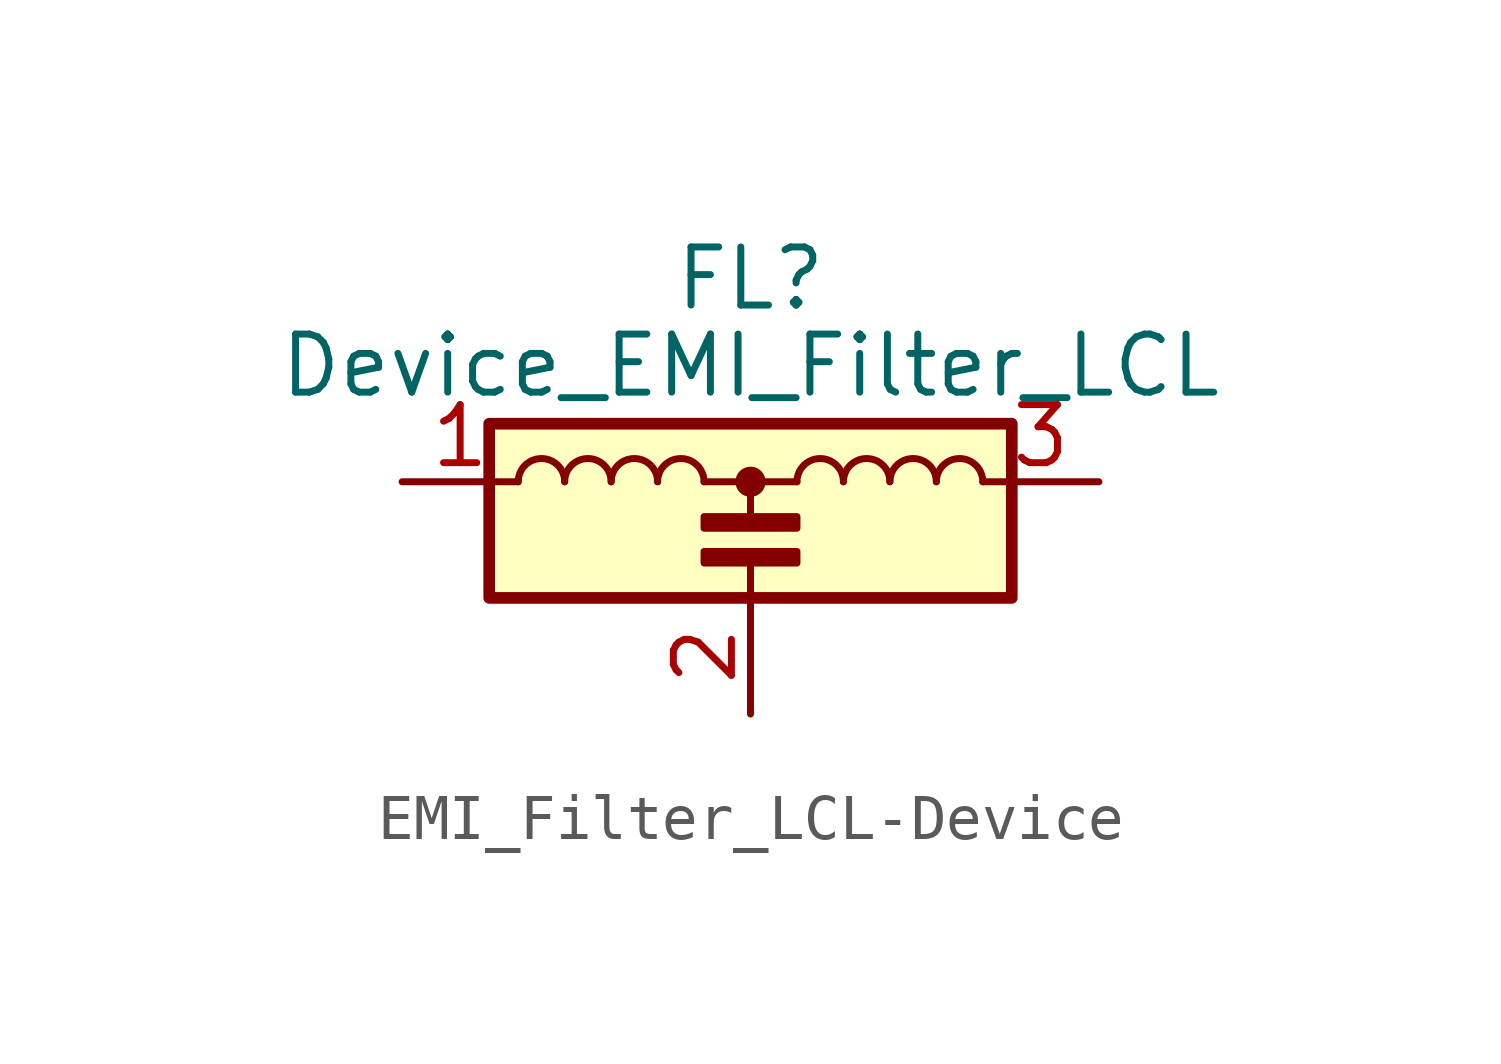
<source format=kicad_sym>
(kicad_symbol_lib
  (version 20220914)
  (generator kicad_symbol_editor)
  (symbol "EMI_Filter_LCL-Device"
    (pin_names
      (offset 0.254) hide)
    (property "Reference" "FL"
      (at 0 6.985 0)
      (effects (font (size 1.27 1.27))))
    (property "Value" "Device_EMI_Filter_LCL"
      (at 0 5.08 0)
      (effects (font (size 1.27 1.27))))
    (symbol "EMI_Filter_LCL-Device_0_1"
      (rectangle (start -5.715 3.81) (end 5.715 0) (stroke (width 0.254) (type solid)) (fill (type background)))
      (arc (start -4.064 2.54) (mid -4.572 3.048) (end -5.08 2.54) (stroke (width 0) (type solid)) (fill (type none)))
      (arc (start -3.048 2.54) (mid -3.556 3.048) (end -4.064 2.54) (stroke (width 0) (type solid)) (fill (type none)))
      (arc (start -2.032 2.54) (mid -2.54 3.048) (end -3.048 2.54) (stroke (width 0) (type solid)) (fill (type none)))
      (rectangle (start -1.016 0.762) (end 1.016 1.016) (stroke (width 0) (type solid)) (fill (type outline)))
      (arc (start -1.016 2.54) (mid -1.524 3.048) (end -2.032 2.54) (stroke (width 0) (type solid)) (fill (type none)))
      (polyline (pts (xy -1.016 2.54) (xy 1.016 2.54)) (stroke (width 0) (type solid)) (fill (type none)))
      (polyline (pts (xy 0 0.762) (xy 0 0)) (stroke (width 0) (type solid)) (fill (type none)))
      (polyline (pts (xy 0 2.54) (xy 0 1.778)) (stroke (width 0) (type solid)) (fill (type none)))
      (circle (center 0 2.54) (radius 0.254) (stroke (width 0) (type solid)) (fill (type outline)))
      (rectangle (start 1.016 1.524) (end -1.016 1.778) (stroke (width 0) (type solid)) (fill (type outline)))
      (arc (start 2.032 2.54) (mid 1.524 3.048) (end 1.016 2.54) (stroke (width 0) (type solid)) (fill (type none)))
      (arc (start 3.048 2.54) (mid 2.54 3.048) (end 2.032 2.54) (stroke (width 0) (type solid)) (fill (type none)))
      (arc (start 4.064 2.54) (mid 3.556 3.048) (end 3.048 2.54) (stroke (width 0) (type solid)) (fill (type none)))
      (arc (start 5.08 2.54) (mid 4.572 3.048) (end 4.064 2.54) (stroke (width 0) (type solid)) (fill (type none))))
    (symbol "EMI_Filter_LCL-Device_1_1"
      (pin passive line (at -7.62 2.54 0) (length 2.54) (name "1" (effects (font (size 1.27 1.27)))) (number "1" (effects (font (size 1.27 1.27)))))
      (pin passive line (at 0 -2.54 90) (length 2.54) (name "2" (effects (font (size 1.27 1.27)))) (number "2" (effects (font (size 1.27 1.27)))))
      (pin passive line (at 7.62 2.54 180) (length 2.54) (name "3" (effects (font (size 1.27 1.27)))) (number "3" (effects (font (size 1.27 1.27))))))))
</source>
